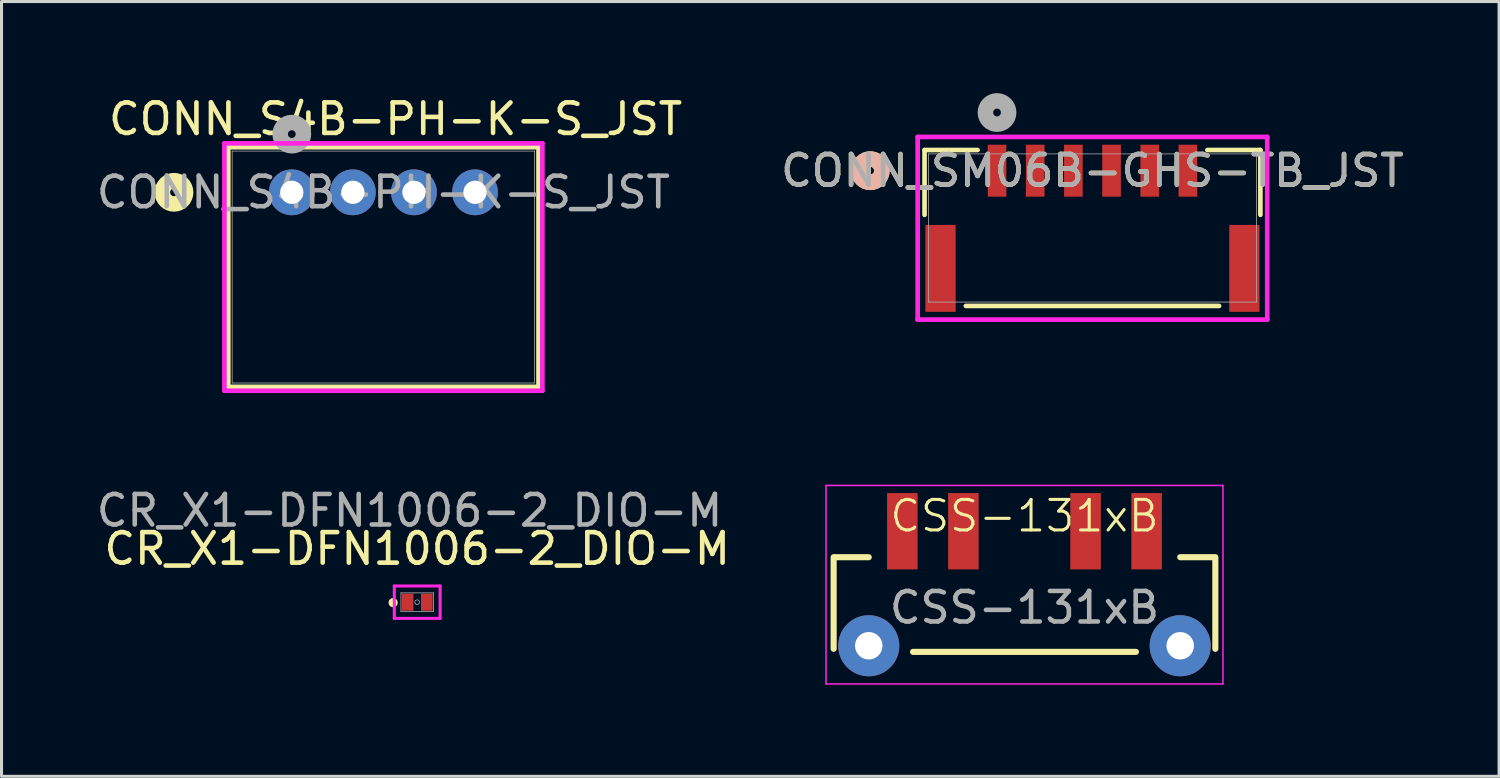
<source format=kicad_pcb>
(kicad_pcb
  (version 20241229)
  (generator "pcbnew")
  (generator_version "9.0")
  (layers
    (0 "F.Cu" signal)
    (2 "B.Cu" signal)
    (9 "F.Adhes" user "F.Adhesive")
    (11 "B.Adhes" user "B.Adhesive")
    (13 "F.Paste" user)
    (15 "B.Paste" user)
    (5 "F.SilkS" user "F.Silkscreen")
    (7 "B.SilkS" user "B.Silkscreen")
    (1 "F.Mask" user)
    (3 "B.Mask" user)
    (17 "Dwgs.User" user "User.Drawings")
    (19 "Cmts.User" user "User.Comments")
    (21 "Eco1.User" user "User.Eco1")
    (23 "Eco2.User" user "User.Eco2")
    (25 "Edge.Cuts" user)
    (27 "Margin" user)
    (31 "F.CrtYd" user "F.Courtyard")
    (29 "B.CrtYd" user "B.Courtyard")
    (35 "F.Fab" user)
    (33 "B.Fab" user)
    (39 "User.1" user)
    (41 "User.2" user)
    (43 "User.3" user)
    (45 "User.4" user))
  (footprint "CR_X1-DFN1006-2_DIO-M"
    (layer "F.Cu")
    (at 10.613 16.671)
    (property "Reference" "CR_X1-DFN1006-2_DIO-M" (at 0 -1.75 0) (unlocked yes) (layer "F.SilkS") (effects (font (size 1 1) (thickness 0.15))))
    (attr smd)
    (fp_circle (center -0.788 0.015) (end -0.712 0.015) (stroke (width 0.152) (type solid)) (fill no) (layer "F.SilkS"))
    (fp_line (start -0.75 -0.53) (end 0.75 -0.53) (stroke (width 0.1) (type solid)) (layer "F.CrtYd"))
    (fp_line (start -0.75 0.53) (end -0.75 -0.53) (stroke (width 0.1) (type solid)) (layer "F.CrtYd"))
    (fp_line (start 0.75 -0.53) (end 0.75 0.53) (stroke (width 0.1) (type solid)) (layer "F.CrtYd"))
    (fp_line (start 0.75 0.53) (end -0.75 0.53) (stroke (width 0.1) (type solid)) (layer "F.CrtYd"))
    (fp_line (start -0.533 -0.305) (end -0.533 0.305) (stroke (width 0.025) (type solid)) (layer "F.Fab"))
    (fp_line (start -0.533 0.305) (end 0.533 0.305) (stroke (width 0.025) (type solid)) (layer "F.Fab"))
    (fp_line (start 0.533 -0.305) (end -0.533 -0.305) (stroke (width 0.025) (type solid)) (layer "F.Fab"))
    (fp_line (start 0.533 0.305) (end 0.533 -0.305) (stroke (width 0.025) (type solid)) (layer "F.Fab"))
    (fp_circle (center 0 0) (end 0.076 0) (stroke (width 0.025) (type solid)) (fill no) (layer "F.Fab"))
    (fp_text user "${REFERENCE}" (at -0.25 -3 0) (unlocked yes) (layer "F.Fab") (effects (font (size 1 1) (thickness 0.15))))
    (pad "1" smd rect (at -0.314 0) (size 0.38 0.559) (layers "F.Cu" "F.Mask" "F.Paste"))
    (pad "2" smd rect (at 0.314 0) (size 0.38 0.559) (layers "F.Cu" "F.Mask" "F.Paste")))
  (footprint "CONN_S4B-PH-K-S_JST"
    (layer "F.Cu")
    (at 6.506 3.248)
    (property "Reference" "CONN_S4B-PH-K-S_JST" (at 3.4 -2.4 0) (unlocked yes) (layer "F.SilkS") (effects (font (size 1 1) (thickness 0.15))))
    (attr through_hole)
    (fp_line (start -2.08 -1.477) (end -2.08 6.372) (stroke (width 0.152) (type solid)) (layer "F.SilkS"))
    (fp_line (start -2.08 6.372) (end 8.08 6.372) (stroke (width 0.152) (type solid)) (layer "F.SilkS"))
    (fp_line (start 8.08 -1.477) (end -2.08 -1.477) (stroke (width 0.152) (type solid)) (layer "F.SilkS"))
    (fp_line (start 8.08 6.372) (end 8.08 -1.477) (stroke (width 0.152) (type solid)) (layer "F.SilkS"))
    (fp_circle (center -3.858 0) (end -3.477 0) (stroke (width 0.508) (type solid)) (fill no) (layer "F.SilkS"))
    (fp_line (start -2.207 -1.604) (end -2.207 6.499) (stroke (width 0.152) (type solid)) (layer "F.CrtYd"))
    (fp_line (start -2.207 6.499) (end 8.207 6.499) (stroke (width 0.152) (type solid)) (layer "F.CrtYd"))
    (fp_line (start 8.207 -1.604) (end -2.207 -1.604) (stroke (width 0.152) (type solid)) (layer "F.CrtYd"))
    (fp_line (start 8.207 6.499) (end 8.207 -1.604) (stroke (width 0.152) (type solid)) (layer "F.CrtYd"))
    (fp_line (start -1.953 -1.35) (end -1.953 6.245) (stroke (width 0.025) (type solid)) (layer "F.Fab"))
    (fp_line (start -1.953 6.245) (end 7.953 6.245) (stroke (width 0.025) (type solid)) (layer "F.Fab"))
    (fp_line (start 7.953 -1.35) (end -1.953 -1.35) (stroke (width 0.025) (type solid)) (layer "F.Fab"))
    (fp_line (start 7.953 6.245) (end 7.953 -1.35) (stroke (width 0.025) (type solid)) (layer "F.Fab"))
    (fp_circle (center 0 -1.905) (end 0.381 -1.905) (stroke (width 0.508) (type solid)) (fill no) (layer "F.Fab"))
    (fp_text user "${REFERENCE}" (at 3 0 0) (unlocked yes) (layer "F.Fab") (effects (font (size 1 1) (thickness 0.15))))
    (pad "1" thru_hole circle (at 0 0) (size 1.5 1.5) (drill 0.762) (layers "*.Cu" "*.Mask"))
    (pad "2" thru_hole circle (at 2 0) (size 1.5 1.5) (drill 0.762) (layers "*.Cu" "*.Mask"))
    (pad "3" thru_hole circle (at 4 0) (size 1.5 1.5) (drill 0.762) (layers "*.Cu" "*.Mask"))
    (pad "4" thru_hole circle (at 6 0) (size 1.5 1.5) (drill 0.762) (layers "*.Cu" "*.Mask")))
  (footprint "CSS-131xB"
    (layer "F.Cu")
    (at 30.501 14.348)
    (property "Reference" "CSS-131xB" (at 0 -0.5 0) (unlocked yes) (layer "F.SilkS") (effects (font (size 1 1) (thickness 0.1))))
    (attr smd)
    (fp_line (start -6.25 3.85) (end -6.25 0.85) (stroke (width 0.2) (type default)) (layer "F.SilkS"))
    (fp_line (start -5.1 0.85) (end -6.2 0.85) (stroke (width 0.2) (type default)) (layer "F.SilkS"))
    (fp_line (start 3.65 3.95) (end -3.65 3.95) (stroke (width 0.2) (type default)) (layer "F.SilkS"))
    (fp_line (start 6.2 0.85) (end 5.1 0.85) (stroke (width 0.2) (type default)) (layer "F.SilkS"))
    (fp_line (start 6.25 3.85) (end 6.25 0.85) (stroke (width 0.2) (type default)) (layer "F.SilkS"))
    (fp_line (start -6.5 -1.5) (end -6.5 5) (stroke (width 0.05) (type default)) (layer "F.CrtYd"))
    (fp_line (start -6.5 -1.5) (end 6.5 -1.5) (stroke (width 0.05) (type default)) (layer "F.CrtYd"))
    (fp_line (start -6.5 5) (end 6.5 5) (stroke (width 0.05) (type default)) (layer "F.CrtYd"))
    (fp_line (start 6.5 -1.5) (end 6.5 5) (stroke (width 0.05) (type default)) (layer "F.CrtYd"))
    (fp_text user "${REFERENCE}" (at 0 2.5 0) (unlocked yes) (layer "F.Fab") (effects (font (size 1 1) (thickness 0.15))))
    (pad "0" thru_hole circle (at -5.1 3.75) (size 2 2) (drill 0.9) (layers "*.Cu" "*.Mask"))
    (pad "0" thru_hole circle (at 5.1 3.75) (size 2 2) (drill 0.9) (layers "*.Cu" "*.Mask"))
    (pad "1" smd rect (at -4 0) (size 1 2.5) (layers "F.Cu" "F.Mask" "F.Paste"))
    (pad "2" smd rect (at -2 0) (size 1 2.5) (layers "F.Cu" "F.Mask" "F.Paste"))
    (pad "3" smd rect (at 2 0) (size 1 2.5) (layers "F.Cu" "F.Mask" "F.Paste"))
    (pad "4" smd rect (at 4 0) (size 1 2.5) (layers "F.Cu" "F.Mask" "F.Paste")))
  (footprint "CONN_SM06B-GHS-TB_JST"
    (layer "F.Cu")
    (at 32.727 4.416)
    (property "Reference" "CONN_SM06B-GHS-TB_JST" (at 0 -1.876 0) (unlocked yes) (layer "F.SilkS") (effects (font (size 1 1) (thickness 0.15))))
    (attr smd)
    (fp_line (start -5.499 -2.553) (end -5.499 -0.43) (stroke (width 0.152) (type solid)) (layer "F.SilkS"))
    (fp_line (start -4.147 2.553) (end 4.147 2.553) (stroke (width 0.152) (type solid)) (layer "F.SilkS"))
    (fp_line (start -3.763 -2.553) (end -5.499 -2.553) (stroke (width 0.152) (type solid)) (layer "F.SilkS"))
    (fp_line (start 5.499 -2.553) (end 3.763 -2.553) (stroke (width 0.152) (type solid)) (layer "F.SilkS"))
    (fp_line (start 5.499 -0.43) (end 5.499 -2.553) (stroke (width 0.152) (type solid)) (layer "F.SilkS"))
    (fp_circle (center -7.277 -1.876) (end -6.896 -1.876) (stroke (width 0.508) (type solid)) (fill no) (layer "F.SilkS"))
    (fp_circle (center -7.277 -1.876) (end -6.896 -1.876) (stroke (width 0.508) (type solid)) (fill no) (layer "B.SilkS"))
    (fp_line (start -5.724 -2.981) (end -5.724 3.001) (stroke (width 0.152) (type solid)) (layer "F.CrtYd"))
    (fp_line (start -5.724 3.001) (end 5.724 3.001) (stroke (width 0.152) (type solid)) (layer "F.CrtYd"))
    (fp_line (start 5.724 -2.981) (end -5.724 -2.981) (stroke (width 0.152) (type solid)) (layer "F.CrtYd"))
    (fp_line (start 5.724 3.001) (end 5.724 -2.981) (stroke (width 0.152) (type solid)) (layer "F.CrtYd"))
    (fp_line (start -5.372 -2.426) (end -5.372 2.426) (stroke (width 0.025) (type solid)) (layer "F.Fab"))
    (fp_line (start -5.372 2.426) (end 5.372 2.426) (stroke (width 0.025) (type solid)) (layer "F.Fab"))
    (fp_line (start 5.372 -2.426) (end -5.372 -2.426) (stroke (width 0.025) (type solid)) (layer "F.Fab"))
    (fp_line (start 5.372 2.426) (end 5.372 -2.426) (stroke (width 0.025) (type solid)) (layer "F.Fab"))
    (fp_circle (center -3.125 -3.781) (end -2.744 -3.781) (stroke (width 0.508) (type solid)) (fill no) (layer "F.Fab"))
    (fp_text user "${REFERENCE}" (at 0 -1.876 0) (unlocked yes) (layer "F.Fab") (effects (font (size 1 1) (thickness 0.15))))
    (pad "1" smd rect (at -3.125 -1.876) (size 0.61 1.702) (layers "F.Cu" "F.Mask" "F.Paste"))
    (pad "2" smd rect (at -1.875 -1.876) (size 0.61 1.702) (layers "F.Cu" "F.Mask" "F.Paste"))
    (pad "3" smd rect (at -0.625 -1.876) (size 0.61 1.702) (layers "F.Cu" "F.Mask" "F.Paste"))
    (pad "4" smd rect (at 0.625 -1.876) (size 0.61 1.702) (layers "F.Cu" "F.Mask" "F.Paste"))
    (pad "5" smd rect (at 1.875 -1.876) (size 0.61 1.702) (layers "F.Cu" "F.Mask" "F.Paste"))
    (pad "6" smd rect (at 3.125 -1.876) (size 0.61 1.702) (layers "F.Cu" "F.Mask" "F.Paste"))
    (pad "7" smd rect (at -4.975 1.324) (size 0.991 2.845) (layers "F.Cu" "F.Mask" "F.Paste"))
    (pad "8" smd rect (at 4.975 1.324) (size 0.991 2.845) (layers "F.Cu" "F.Mask" "F.Paste")))
  (gr_rect
    (start -3 -3)
    (end 46.043 22.373)
    (stroke (width 0.1) (type default))
    (fill no)
    (layer "Edge.Cuts")))
</source>
